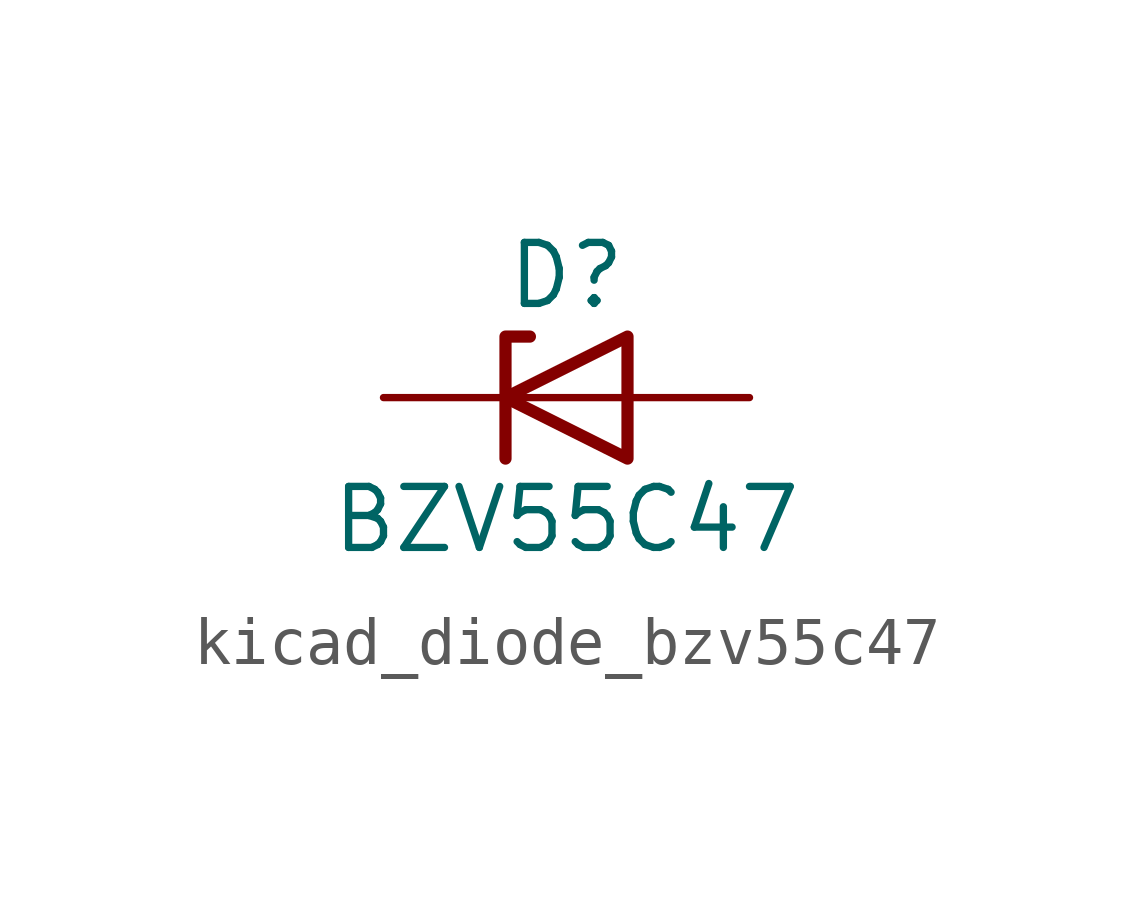
<source format=kicad_sym>
(kicad_symbol_lib
  (version 20220914)
  (generator kicad_symbol_editor)
  (symbol "kicad_diode_bzv55c47"
    (pin_numbers hide)
    (pin_names hide)
    (property "Reference" "D"
      (at 0 2.54 0)
      (effects (font (size 1.27 1.27))))
    (property "Value" "BZV55C47"
      (at 0 -2.54 0)
      (effects (font (size 1.27 1.27))))
    (symbol "kicad_diode_bzv55c47_0_1"
      (polyline (pts (xy 1.27 0) (xy -1.27 0)) (stroke (width 0) (type default)) (fill (type none)))
      (polyline (pts (xy -1.27 -1.27) (xy -1.27 1.27) (xy -0.762 1.27)) (stroke (width 0.254) (type default)) (fill (type none)))
      (polyline (pts (xy 1.27 -1.27) (xy 1.27 1.27) (xy -1.27 0) (xy 1.27 -1.27)) (stroke (width 0.254) (type default)) (fill (type none))))
    (symbol "kicad_diode_bzv55c47_1_1"
      (pin passive line (at -3.81 0 0) (length 2.54) (name "K" (effects (font (size 1.27 1.27)))) (number "1" (effects (font (size 1.27 1.27)))))
      (pin passive line (at 3.81 0 180) (length 2.54) (name "A" (effects (font (size 1.27 1.27)))) (number "2" (effects (font (size 1.27 1.27))))))))
</source>
